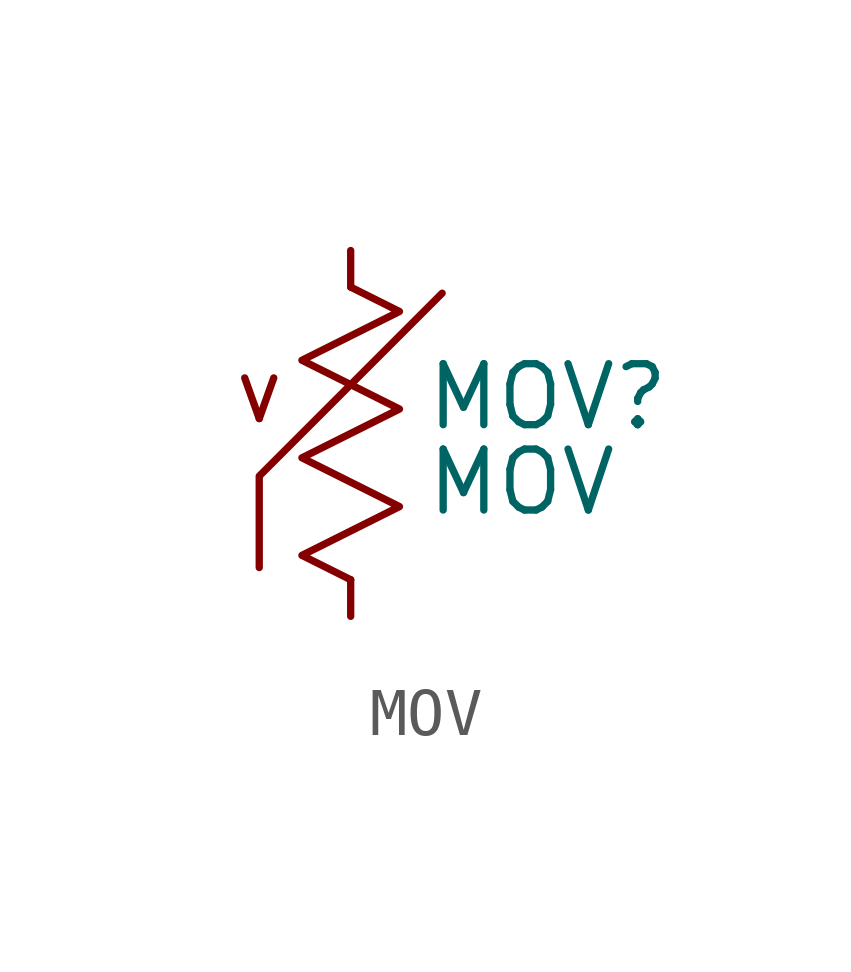
<source format=kicad_sym>
(kicad_symbol_lib
  (version 20211014)
  (generator kicad_symbol_editor)
  (symbol "MOV"
    (pin_numbers hide)
    (pin_names
      (offset 1.016) hide)
    (property "Reference" "MOV"
      (at 1.524 -3.048 0)
      (effects (font (size 1.27 1.27)) (justify left)))
    (property "Value" "MOV"
      (at 1.524 -4.826 0)
      (effects (font (size 1.27 1.27)) (justify left)))
    (symbol "MOV_0_0"
      (polyline (pts (xy 0 -0.762) (xy 1.016 -1.27) (xy -1.016 -2.286) (xy 1.016 -3.302) (xy -1.016 -4.318) (xy 1.016 -5.334) (xy -1.016 -6.35) (xy 0 -6.858)) (stroke (width 0) (type default) (color 0 0 0 0)) (fill (type none)))
      (text "v" (at -1.905 -2.921 0) (effects (font (size 1.27 1.27)))))
    (symbol "MOV_0_1"
      (polyline (pts (xy -1.905 -6.604) (xy -1.905 -4.699) (xy 1.905 -0.889)) (stroke (width 0) (type default) (color 0 0 0 0)) (fill (type none))))
    (symbol "MOV_1_1"
      (pin passive line (at 0 0 270) (length 0.762) (name "~" (effects (font (size 1.27 1.27)))) (number "1" (effects (font (size 1.27 1.27)))))
      (pin passive line (at 0 -7.62 90) (length 0.762) (name "~" (effects (font (size 1.27 1.27)))) (number "2" (effects (font (size 1.27 1.27))))))))
</source>
